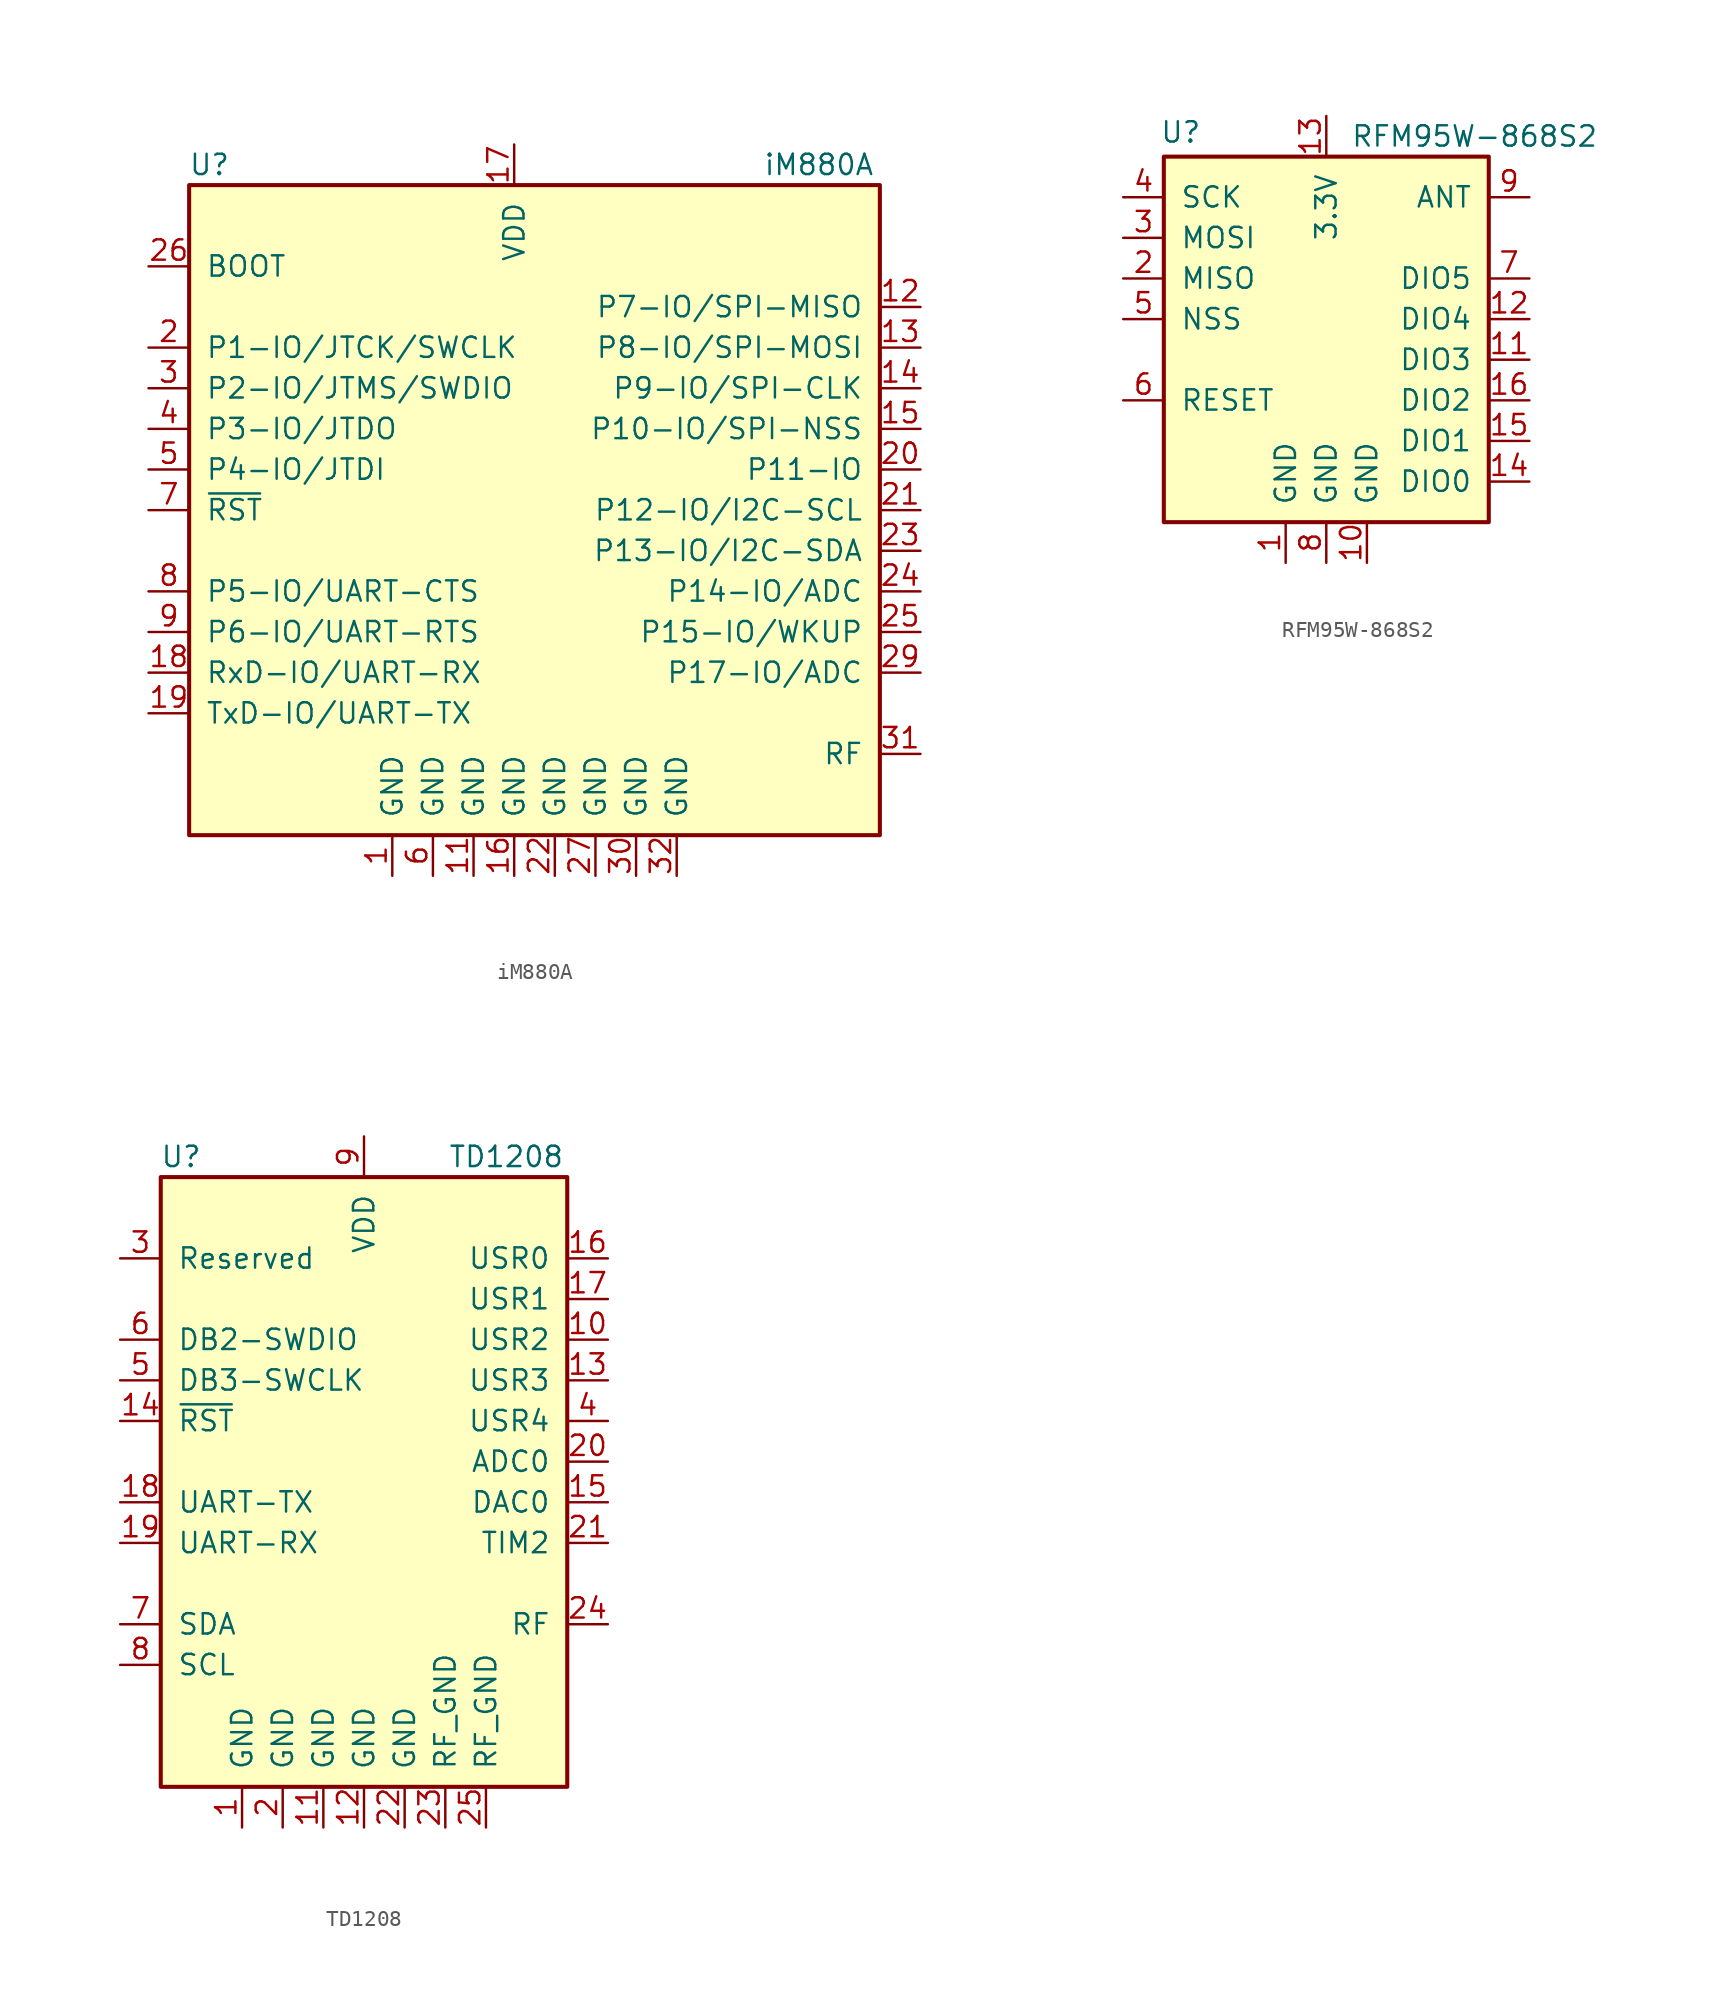
<source format=kicad_sym>
(kicad_symbol_lib
  (version 20211014)
  (generator kicad_symbol_editor)
  (symbol "iM880A"
    (pin_names
      (offset 1.016))
    (property "Reference" "U"
      (at -19.05 21.59 0)
      (effects (font (size 1.27 1.27))))
    (property "Value" "iM880A"
      (at 19.05 21.59 0)
      (effects (font (size 1.27 1.27))))
    (symbol "iM880A_0_1"
      (rectangle (start -20.32 20.32) (end 22.86 -20.32) (stroke (width 0.254) (type default) (color 0 0 0 0)) (fill (type background))))
    (symbol "iM880A_1_1"
      (pin power_in line (at -7.62 -22.86 90) (length 2.54) (name "GND" (effects (font (size 1.27 1.27)))) (number "1" (effects (font (size 1.27 1.27)))))
      (pin no_connect line (at 5.08 22.86 270) (length 2.54) hide (name "NC" (effects (font (size 1.27 1.27)))) (number "10" (effects (font (size 1.27 1.27)))))
      (pin power_in line (at -2.54 -22.86 90) (length 2.54) (name "GND" (effects (font (size 1.27 1.27)))) (number "11" (effects (font (size 1.27 1.27)))))
      (pin bidirectional line (at 25.4 12.7 180) (length 2.54) (name "P7-IO/SPI-MISO" (effects (font (size 1.27 1.27)))) (number "12" (effects (font (size 1.27 1.27)))))
      (pin bidirectional line (at 25.4 10.16 180) (length 2.54) (name "P8-IO/SPI-MOSI" (effects (font (size 1.27 1.27)))) (number "13" (effects (font (size 1.27 1.27)))))
      (pin bidirectional line (at 25.4 7.62 180) (length 2.54) (name "P9-IO/SPI-CLK" (effects (font (size 1.27 1.27)))) (number "14" (effects (font (size 1.27 1.27)))))
      (pin bidirectional line (at 25.4 5.08 180) (length 2.54) (name "P10-IO/SPI-NSS" (effects (font (size 1.27 1.27)))) (number "15" (effects (font (size 1.27 1.27)))))
      (pin power_in line (at 0 -22.86 90) (length 2.54) (name "GND" (effects (font (size 1.27 1.27)))) (number "16" (effects (font (size 1.27 1.27)))))
      (pin power_in line (at 0 22.86 270) (length 2.54) (name "VDD" (effects (font (size 1.27 1.27)))) (number "17" (effects (font (size 1.27 1.27)))))
      (pin bidirectional line (at -22.86 -10.16 0) (length 2.54) (name "RxD-IO/UART-RX" (effects (font (size 1.27 1.27)))) (number "18" (effects (font (size 1.27 1.27)))))
      (pin bidirectional line (at -22.86 -12.7 0) (length 2.54) (name "TxD-IO/UART-TX" (effects (font (size 1.27 1.27)))) (number "19" (effects (font (size 1.27 1.27)))))
      (pin bidirectional line (at -22.86 10.16 0) (length 2.54) (name "P1-IO/JTCK/SWCLK" (effects (font (size 1.27 1.27)))) (number "2" (effects (font (size 1.27 1.27)))))
      (pin bidirectional line (at 25.4 2.54 180) (length 2.54) (name "P11-IO" (effects (font (size 1.27 1.27)))) (number "20" (effects (font (size 1.27 1.27)))))
      (pin bidirectional line (at 25.4 0 180) (length 2.54) (name "P12-IO/I2C-SCL" (effects (font (size 1.27 1.27)))) (number "21" (effects (font (size 1.27 1.27)))))
      (pin power_in line (at 2.54 -22.86 90) (length 2.54) (name "GND" (effects (font (size 1.27 1.27)))) (number "22" (effects (font (size 1.27 1.27)))))
      (pin bidirectional line (at 25.4 -2.54 180) (length 2.54) (name "P13-IO/I2C-SDA" (effects (font (size 1.27 1.27)))) (number "23" (effects (font (size 1.27 1.27)))))
      (pin bidirectional line (at 25.4 -5.08 180) (length 2.54) (name "P14-IO/ADC" (effects (font (size 1.27 1.27)))) (number "24" (effects (font (size 1.27 1.27)))))
      (pin bidirectional line (at 25.4 -7.62 180) (length 2.54) (name "P15-IO/WKUP" (effects (font (size 1.27 1.27)))) (number "25" (effects (font (size 1.27 1.27)))))
      (pin input line (at -22.86 15.24 0) (length 2.54) (name "BOOT" (effects (font (size 1.27 1.27)))) (number "26" (effects (font (size 1.27 1.27)))))
      (pin power_in line (at 5.08 -22.86 90) (length 2.54) (name "GND" (effects (font (size 1.27 1.27)))) (number "27" (effects (font (size 1.27 1.27)))))
      (pin no_connect line (at 7.62 22.86 270) (length 2.54) hide (name "NC" (effects (font (size 1.27 1.27)))) (number "28" (effects (font (size 1.27 1.27)))))
      (pin bidirectional line (at 25.4 -10.16 180) (length 2.54) (name "P17-IO/ADC" (effects (font (size 1.27 1.27)))) (number "29" (effects (font (size 1.27 1.27)))))
      (pin bidirectional line (at -22.86 7.62 0) (length 2.54) (name "P2-IO/JTMS/SWDIO" (effects (font (size 1.27 1.27)))) (number "3" (effects (font (size 1.27 1.27)))))
      (pin power_in line (at 7.62 -22.86 90) (length 2.54) (name "GND" (effects (font (size 1.27 1.27)))) (number "30" (effects (font (size 1.27 1.27)))))
      (pin bidirectional line (at 25.4 -15.24 180) (length 2.54) (name "RF" (effects (font (size 1.27 1.27)))) (number "31" (effects (font (size 1.27 1.27)))))
      (pin power_in line (at 10.16 -22.86 90) (length 2.54) (name "GND" (effects (font (size 1.27 1.27)))) (number "32" (effects (font (size 1.27 1.27)))))
      (pin bidirectional line (at -22.86 5.08 0) (length 2.54) (name "P3-IO/JTDO" (effects (font (size 1.27 1.27)))) (number "4" (effects (font (size 1.27 1.27)))))
      (pin bidirectional line (at -22.86 2.54 0) (length 2.54) (name "P4-IO/JTDI" (effects (font (size 1.27 1.27)))) (number "5" (effects (font (size 1.27 1.27)))))
      (pin power_in line (at -5.08 -22.86 90) (length 2.54) (name "GND" (effects (font (size 1.27 1.27)))) (number "6" (effects (font (size 1.27 1.27)))))
      (pin input line (at -22.86 0 0) (length 2.54) (name "~{RST}" (effects (font (size 1.27 1.27)))) (number "7" (effects (font (size 1.27 1.27)))))
      (pin bidirectional line (at -22.86 -5.08 0) (length 2.54) (name "P5-IO/UART-CTS" (effects (font (size 1.27 1.27)))) (number "8" (effects (font (size 1.27 1.27)))))
      (pin bidirectional line (at -22.86 -7.62 0) (length 2.54) (name "P6-IO/UART-RTS" (effects (font (size 1.27 1.27)))) (number "9" (effects (font (size 1.27 1.27)))))))
  (symbol "RFM95W-868S2"
    (pin_names
      (offset 1.016))
    (property "Reference" "U"
      (at -10.414 11.684 0)
      (effects (font (size 1.27 1.27)) (justify left)))
    (property "Value" "RFM95W-868S2"
      (at 1.524 11.43 0)
      (effects (font (size 1.27 1.27)) (justify left)))
    (symbol "RFM95W-868S2_0_1"
      (rectangle (start -10.16 10.16) (end 10.16 -12.7) (stroke (width 0.254) (type default) (color 0 0 0 0)) (fill (type background))))
    (symbol "RFM95W-868S2_1_1"
      (pin power_in line (at -2.54 -15.24 90) (length 2.54) (name "GND" (effects (font (size 1.27 1.27)))) (number "1" (effects (font (size 1.27 1.27)))))
      (pin power_in line (at 2.54 -15.24 90) (length 2.54) (name "GND" (effects (font (size 1.27 1.27)))) (number "10" (effects (font (size 1.27 1.27)))))
      (pin bidirectional line (at 12.7 -2.54 180) (length 2.54) (name "DIO3" (effects (font (size 1.27 1.27)))) (number "11" (effects (font (size 1.27 1.27)))))
      (pin bidirectional line (at 12.7 0 180) (length 2.54) (name "DIO4" (effects (font (size 1.27 1.27)))) (number "12" (effects (font (size 1.27 1.27)))))
      (pin power_in line (at 0 12.7 270) (length 2.54) (name "3.3V" (effects (font (size 1.27 1.27)))) (number "13" (effects (font (size 1.27 1.27)))))
      (pin bidirectional line (at 12.7 -10.16 180) (length 2.54) (name "DIO0" (effects (font (size 1.27 1.27)))) (number "14" (effects (font (size 1.27 1.27)))))
      (pin bidirectional line (at 12.7 -7.62 180) (length 2.54) (name "DIO1" (effects (font (size 1.27 1.27)))) (number "15" (effects (font (size 1.27 1.27)))))
      (pin bidirectional line (at 12.7 -5.08 180) (length 2.54) (name "DIO2" (effects (font (size 1.27 1.27)))) (number "16" (effects (font (size 1.27 1.27)))))
      (pin output line (at -12.7 2.54 0) (length 2.54) (name "MISO" (effects (font (size 1.27 1.27)))) (number "2" (effects (font (size 1.27 1.27)))))
      (pin input line (at -12.7 5.08 0) (length 2.54) (name "MOSI" (effects (font (size 1.27 1.27)))) (number "3" (effects (font (size 1.27 1.27)))))
      (pin input line (at -12.7 7.62 0) (length 2.54) (name "SCK" (effects (font (size 1.27 1.27)))) (number "4" (effects (font (size 1.27 1.27)))))
      (pin input line (at -12.7 0 0) (length 2.54) (name "NSS" (effects (font (size 1.27 1.27)))) (number "5" (effects (font (size 1.27 1.27)))))
      (pin bidirectional line (at -12.7 -5.08 0) (length 2.54) (name "RESET" (effects (font (size 1.27 1.27)))) (number "6" (effects (font (size 1.27 1.27)))))
      (pin bidirectional line (at 12.7 2.54 180) (length 2.54) (name "DIO5" (effects (font (size 1.27 1.27)))) (number "7" (effects (font (size 1.27 1.27)))))
      (pin power_in line (at 0 -15.24 90) (length 2.54) (name "GND" (effects (font (size 1.27 1.27)))) (number "8" (effects (font (size 1.27 1.27)))))
      (pin bidirectional line (at 12.7 7.62 180) (length 2.54) (name "ANT" (effects (font (size 1.27 1.27)))) (number "9" (effects (font (size 1.27 1.27)))))))
  (symbol "TD1208"
    (pin_names
      (offset 1.016))
    (property "Reference" "U"
      (at -11.43 19.05 0)
      (effects (font (size 1.27 1.27))))
    (property "Value" "TD1208"
      (at 8.89 19.05 0)
      (effects (font (size 1.27 1.27))))
    (symbol "TD1208_0_1"
      (rectangle (start -12.7 17.78) (end 12.7 -20.32) (stroke (width 0.254) (type default) (color 0 0 0 0)) (fill (type background))))
    (symbol "TD1208_1_1"
      (pin power_in line (at -7.62 -22.86 90) (length 2.54) (name "GND" (effects (font (size 1.27 1.27)))) (number "1" (effects (font (size 1.27 1.27)))))
      (pin bidirectional line (at 15.24 7.62 180) (length 2.54) (name "USR2" (effects (font (size 1.27 1.27)))) (number "10" (effects (font (size 1.27 1.27)))))
      (pin power_in line (at -2.54 -22.86 90) (length 2.54) (name "GND" (effects (font (size 1.27 1.27)))) (number "11" (effects (font (size 1.27 1.27)))))
      (pin power_in line (at 0 -22.86 90) (length 2.54) (name "GND" (effects (font (size 1.27 1.27)))) (number "12" (effects (font (size 1.27 1.27)))))
      (pin bidirectional line (at 15.24 5.08 180) (length 2.54) (name "USR3" (effects (font (size 1.27 1.27)))) (number "13" (effects (font (size 1.27 1.27)))))
      (pin input line (at -15.24 2.54 0) (length 2.54) (name "~{RST}" (effects (font (size 1.27 1.27)))) (number "14" (effects (font (size 1.27 1.27)))))
      (pin bidirectional line (at 15.24 -2.54 180) (length 2.54) (name "DAC0" (effects (font (size 1.27 1.27)))) (number "15" (effects (font (size 1.27 1.27)))))
      (pin bidirectional line (at 15.24 12.7 180) (length 2.54) (name "USR0" (effects (font (size 1.27 1.27)))) (number "16" (effects (font (size 1.27 1.27)))))
      (pin bidirectional line (at 15.24 10.16 180) (length 2.54) (name "USR1" (effects (font (size 1.27 1.27)))) (number "17" (effects (font (size 1.27 1.27)))))
      (pin bidirectional line (at -15.24 -2.54 0) (length 2.54) (name "UART-TX" (effects (font (size 1.27 1.27)))) (number "18" (effects (font (size 1.27 1.27)))))
      (pin bidirectional line (at -15.24 -5.08 0) (length 2.54) (name "UART-RX" (effects (font (size 1.27 1.27)))) (number "19" (effects (font (size 1.27 1.27)))))
      (pin power_in line (at -5.08 -22.86 90) (length 2.54) (name "GND" (effects (font (size 1.27 1.27)))) (number "2" (effects (font (size 1.27 1.27)))))
      (pin bidirectional line (at 15.24 0 180) (length 2.54) (name "ADC0" (effects (font (size 1.27 1.27)))) (number "20" (effects (font (size 1.27 1.27)))))
      (pin bidirectional line (at 15.24 -5.08 180) (length 2.54) (name "TIM2" (effects (font (size 1.27 1.27)))) (number "21" (effects (font (size 1.27 1.27)))))
      (pin power_in line (at 2.54 -22.86 90) (length 2.54) (name "GND" (effects (font (size 1.27 1.27)))) (number "22" (effects (font (size 1.27 1.27)))))
      (pin power_in line (at 5.08 -22.86 90) (length 2.54) (name "RF_GND" (effects (font (size 1.27 1.27)))) (number "23" (effects (font (size 1.27 1.27)))))
      (pin bidirectional line (at 15.24 -10.16 180) (length 2.54) (name "RF" (effects (font (size 1.27 1.27)))) (number "24" (effects (font (size 1.27 1.27)))))
      (pin power_in line (at 7.62 -22.86 90) (length 2.54) (name "RF_GND" (effects (font (size 1.27 1.27)))) (number "25" (effects (font (size 1.27 1.27)))))
      (pin unspecified line (at -15.24 12.7 0) (length 2.54) (name "Reserved" (effects (font (size 1.27 1.27)))) (number "3" (effects (font (size 1.27 1.27)))))
      (pin bidirectional line (at 15.24 2.54 180) (length 2.54) (name "USR4" (effects (font (size 1.27 1.27)))) (number "4" (effects (font (size 1.27 1.27)))))
      (pin bidirectional line (at -15.24 5.08 0) (length 2.54) (name "DB3-SWCLK" (effects (font (size 1.27 1.27)))) (number "5" (effects (font (size 1.27 1.27)))))
      (pin bidirectional line (at -15.24 7.62 0) (length 2.54) (name "DB2-SWDIO" (effects (font (size 1.27 1.27)))) (number "6" (effects (font (size 1.27 1.27)))))
      (pin bidirectional line (at -15.24 -10.16 0) (length 2.54) (name "SDA" (effects (font (size 1.27 1.27)))) (number "7" (effects (font (size 1.27 1.27)))))
      (pin bidirectional line (at -15.24 -12.7 0) (length 2.54) (name "SCL" (effects (font (size 1.27 1.27)))) (number "8" (effects (font (size 1.27 1.27)))))
      (pin power_in line (at 0 20.32 270) (length 2.54) (name "VDD" (effects (font (size 1.27 1.27)))) (number "9" (effects (font (size 1.27 1.27))))))))
</source>
